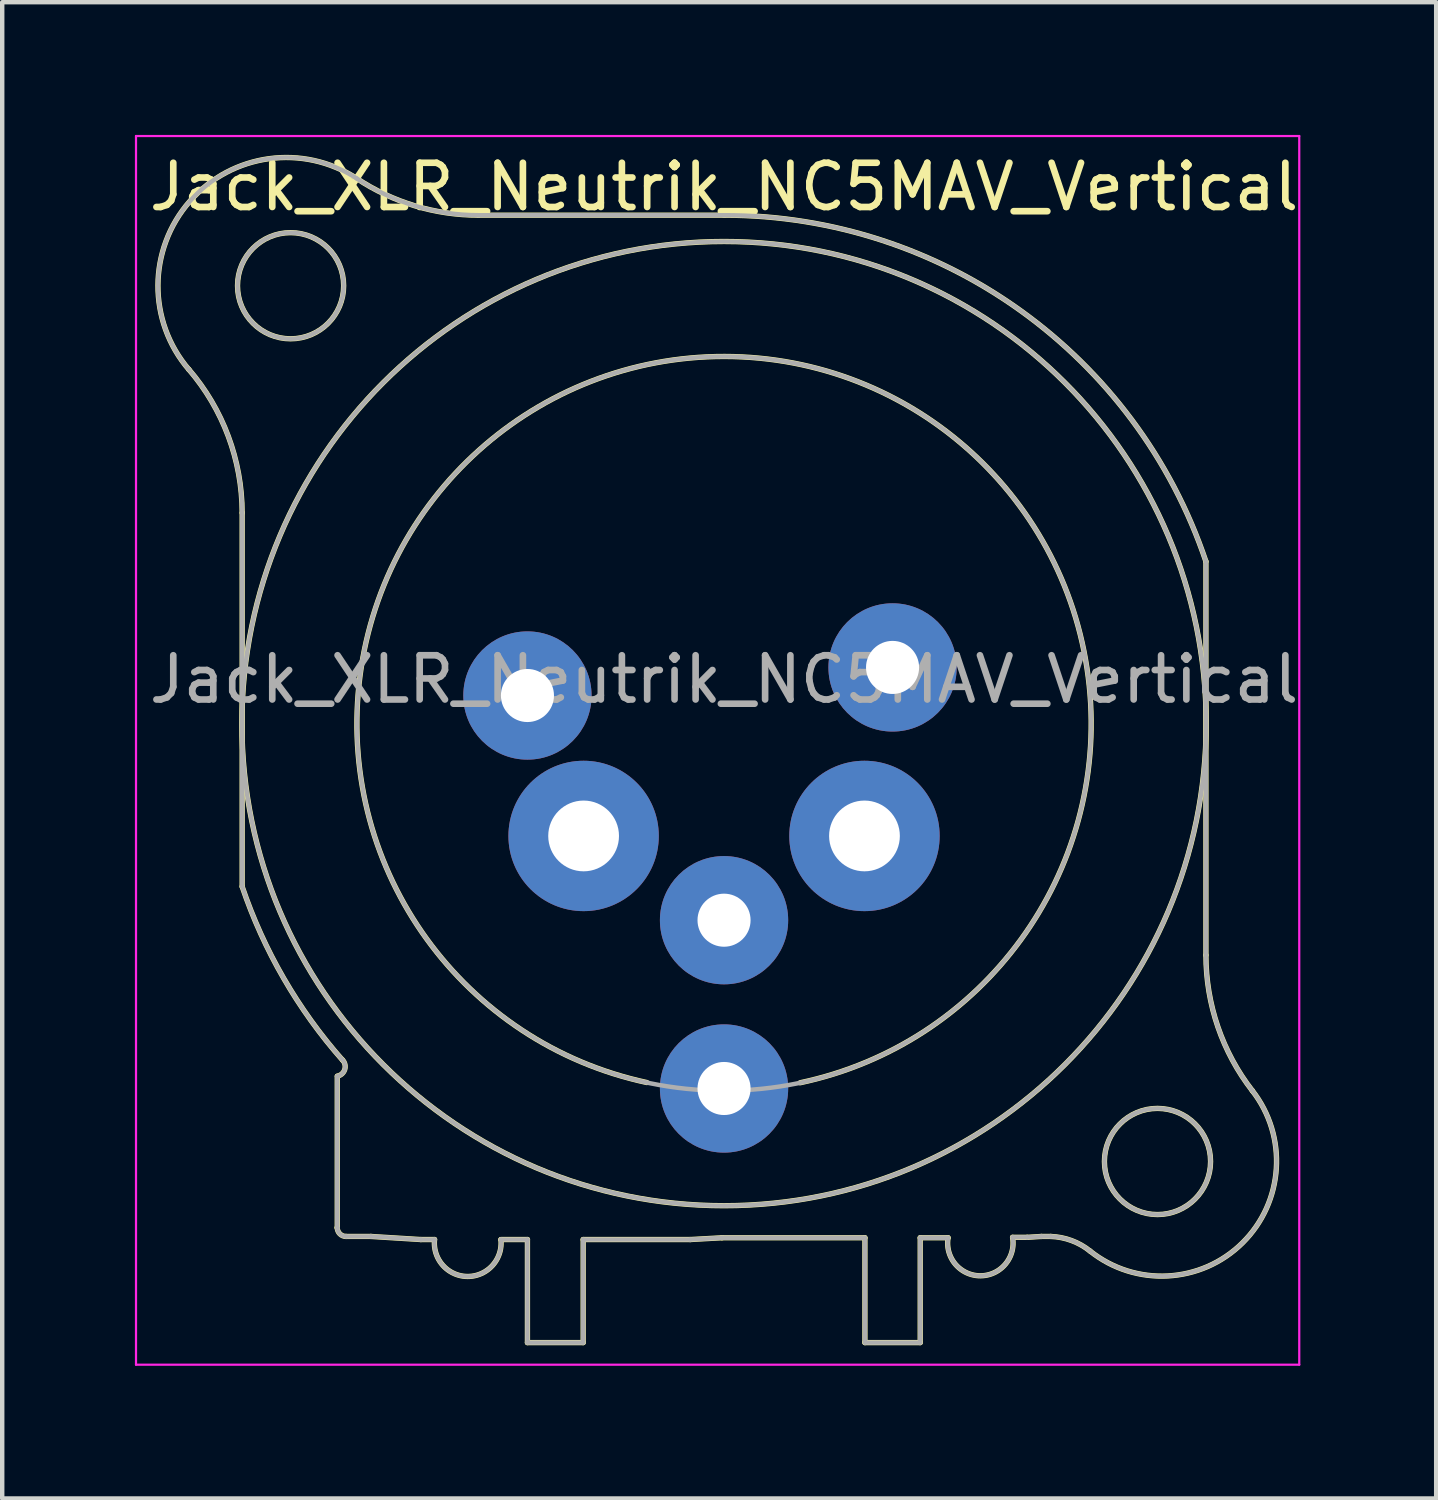
<source format=kicad_pcb>
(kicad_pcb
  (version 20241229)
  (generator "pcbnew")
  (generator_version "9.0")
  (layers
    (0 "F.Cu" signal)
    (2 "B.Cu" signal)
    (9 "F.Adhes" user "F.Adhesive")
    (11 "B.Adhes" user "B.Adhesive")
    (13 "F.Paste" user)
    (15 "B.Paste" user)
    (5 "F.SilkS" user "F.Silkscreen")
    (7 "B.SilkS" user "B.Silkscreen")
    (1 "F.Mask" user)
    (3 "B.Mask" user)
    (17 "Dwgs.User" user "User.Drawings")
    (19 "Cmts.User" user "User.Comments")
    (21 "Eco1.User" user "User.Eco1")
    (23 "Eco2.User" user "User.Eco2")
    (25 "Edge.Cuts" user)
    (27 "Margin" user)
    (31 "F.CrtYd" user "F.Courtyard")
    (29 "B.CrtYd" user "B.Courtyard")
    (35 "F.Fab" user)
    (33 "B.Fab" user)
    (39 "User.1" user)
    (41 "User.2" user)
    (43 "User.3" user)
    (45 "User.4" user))
  (footprint "Jack_XLR_Neutrik_NC5MAV_Vertical"
    (layer "F.Cu")
    (at 8.875 12.675)
    (property "Reference" "Jack_XLR_Neutrik_NC5MAV_Vertical" (at 4.445 -11.5 0) (layer "F.SilkS") (effects (font (size 1 1) (thickness 0.15))))
    (attr through_hole)
    (fp_line (start -6.45 4.32) (end -6.45 -4.13) (stroke (width 0.12) (type solid)) (layer "F.SilkS"))
    (fp_line (start -4.3 8.61) (end -4.3 12.03) (stroke (width 0.12) (type solid)) (layer "F.SilkS"))
    (fp_line (start -4.3 12.04) (end -4.3 12.03) (stroke (width 0.12) (type solid)) (layer "F.SilkS"))
    (fp_line (start -3.54 12.23) (end -4.1 12.23) (stroke (width 0.12) (type solid)) (layer "F.SilkS"))
    (fp_line (start -3.54 12.23) (end -2.41 12.3) (stroke (width 0.12) (type solid)) (layer "F.SilkS"))
    (fp_line (start -2.41 12.3) (end -2.1 12.3) (stroke (width 0.12) (type solid)) (layer "F.SilkS"))
    (fp_line (start -1.11 -10.86) (end 4.445 -10.86) (stroke (width 0.12) (type solid)) (layer "F.SilkS"))
    (fp_line (start -0.6 12.3) (end 0 12.3) (stroke (width 0.12) (type solid)) (layer "F.SilkS"))
    (fp_line (start 0 12.3) (end 0 14.63) (stroke (width 0.12) (type solid)) (layer "F.SilkS"))
    (fp_line (start 1.26 12.3) (end 1.26 14.63) (stroke (width 0.12) (type solid)) (layer "F.SilkS"))
    (fp_line (start 1.26 12.3) (end 3.68 12.3) (stroke (width 0.12) (type solid)) (layer "F.SilkS"))
    (fp_line (start 1.26 14.63) (end 0 14.63) (stroke (width 0.12) (type solid)) (layer "F.SilkS"))
    (fp_line (start 3.68 12.3) (end 4.4 12.26) (stroke (width 0.12) (type solid)) (layer "F.SilkS"))
    (fp_line (start 4.4 12.26) (end 7.63 12.26) (stroke (width 0.12) (type solid)) (layer "F.SilkS"))
    (fp_line (start 7.63 12.26) (end 7.63 14.63) (stroke (width 0.12) (type solid)) (layer "F.SilkS"))
    (fp_line (start 8.88 12.26) (end 8.88 14.63) (stroke (width 0.12) (type solid)) (layer "F.SilkS"))
    (fp_line (start 8.88 12.26) (end 9.51 12.26) (stroke (width 0.12) (type solid)) (layer "F.SilkS"))
    (fp_line (start 8.88 14.63) (end 7.63 14.63) (stroke (width 0.12) (type solid)) (layer "F.SilkS"))
    (fp_line (start 11.3 12.25) (end 10.97 12.25) (stroke (width 0.12) (type solid)) (layer "F.SilkS"))
    (fp_line (start 11.3 12.25) (end 11.62 12.23) (stroke (width 0.12) (type solid)) (layer "F.SilkS"))
    (fp_line (start 11.62 12.23) (end 11.83 12.23) (stroke (width 0.12) (type solid)) (layer "F.SilkS"))
    (fp_line (start 15.34 5.87) (end 15.34 -3.03) (stroke (width 0.12) (type solid)) (layer "F.SilkS"))
    (fp_arc (start -7.657744 -7.374956) (mid -6.763404 -5.860588) (end -6.45 -4.13) (stroke (width 0.12) (type solid)) (layer "F.SilkS"))
    (fp_arc (start -7.651513 -7.366237) (mid -7.633396 -11.174623) (end -3.86 -11.69) (stroke (width 0.12) (type solid)) (layer "F.SilkS"))
    (fp_arc (start -4.183989 8.238999) (mid -5.511715 6.392089) (end -6.45 4.32) (stroke (width 0.12) (type solid)) (layer "F.SilkS"))
    (fp_arc (start -4.18 8.24) (mid -4.131238 8.457218) (end -4.29758 8.605176) (stroke (width 0.12) (type solid)) (layer "F.SilkS"))
    (fp_arc (start -4.1 12.23) (mid -4.241421 12.171421) (end -4.3 12.03) (stroke (width 0.12) (type solid)) (layer "F.SilkS"))
    (fp_arc (start -1.109492 -10.859879) (mid -2.546037 -11.071859) (end -3.86 -11.69) (stroke (width 0.12) (type solid)) (layer "F.SilkS"))
    (fp_arc (start -0.599756 12.302318) (mid -1.351165 13.134254) (end -2.1 12.3) (stroke (width 0.12) (type solid)) (layer "F.SilkS"))
    (fp_arc (start 2.7 8.75) (mid 4.457421 -7.665488) (end 6.165706 8.755186) (stroke (width 0.12) (type solid)) (layer "F.SilkS"))
    (fp_arc (start 4.44649 -10.859923) (mid 11.153971 -8.698968) (end 15.34 -3.03) (stroke (width 0.12) (type solid)) (layer "F.SilkS"))
    (fp_arc (start 10.968412 12.250709) (mid 10.244713 13.119782) (end 9.51 12.26) (stroke (width 0.12) (type solid)) (layer "F.SilkS"))
    (fp_arc (start 11.83183 12.230062) (mid 12.302634 12.323105) (end 12.72 12.56) (stroke (width 0.12) (type solid)) (layer "F.SilkS"))
    (fp_arc (start 16.386345 8.930697) (mid 16.167129 12.375778) (end 12.72 12.56) (stroke (width 0.12) (type solid)) (layer "F.SilkS"))
    (fp_arc (start 16.392436 8.938671) (mid 15.610422 7.492064) (end 15.34 5.87) (stroke (width 0.12) (type solid)) (layer "F.SilkS"))
    (fp_circle (center -5.355 -9.265) (end -4.155 -9.265) (stroke (width 0.12) (type solid)) (fill no) (layer "F.SilkS"))
    (fp_circle (center 4.445 0.635) (end 15.345 0.635) (stroke (width 0.12) (type solid)) (fill no) (layer "F.SilkS"))
    (fp_circle (center 14.245 10.535) (end 15.445 10.535) (stroke (width 0.12) (type solid)) (fill no) (layer "F.SilkS"))
    (fp_line (start -8.85 -12.65) (end 17.45 -12.65) (stroke (width 0.05) (type solid)) (layer "F.CrtYd"))
    (fp_line (start -8.85 15.13) (end -8.85 -12.65) (stroke (width 0.05) (type solid)) (layer "F.CrtYd"))
    (fp_line (start 17.45 -12.65) (end 17.45 15.13) (stroke (width 0.05) (type solid)) (layer "F.CrtYd"))
    (fp_line (start 17.45 15.13) (end -8.85 15.13) (stroke (width 0.05) (type solid)) (layer "F.CrtYd"))
    (fp_line (start -6.45 4.32) (end -6.45 -4.13) (stroke (width 0.1) (type solid)) (layer "F.Fab"))
    (fp_line (start -4.3 8.61) (end -4.3 12.03) (stroke (width 0.1) (type solid)) (layer "F.Fab"))
    (fp_line (start -4.3 12.04) (end -4.3 12.03) (stroke (width 0.1) (type solid)) (layer "F.Fab"))
    (fp_line (start -3.54 12.23) (end -4.1 12.23) (stroke (width 0.1) (type solid)) (layer "F.Fab"))
    (fp_line (start -3.54 12.23) (end -2.41 12.3) (stroke (width 0.1) (type solid)) (layer "F.Fab"))
    (fp_line (start -2.41 12.3) (end -2.1 12.3) (stroke (width 0.1) (type solid)) (layer "F.Fab"))
    (fp_line (start -1.11 -10.86) (end 4.445 -10.86) (stroke (width 0.1) (type solid)) (layer "F.Fab"))
    (fp_line (start -0.6 12.3) (end 0 12.3) (stroke (width 0.1) (type solid)) (layer "F.Fab"))
    (fp_line (start 0 12.3) (end 0 14.63) (stroke (width 0.1) (type solid)) (layer "F.Fab"))
    (fp_line (start 1.26 12.3) (end 1.26 14.63) (stroke (width 0.1) (type solid)) (layer "F.Fab"))
    (fp_line (start 1.26 12.3) (end 3.68 12.3) (stroke (width 0.1) (type solid)) (layer "F.Fab"))
    (fp_line (start 1.26 14.63) (end 0 14.63) (stroke (width 0.1) (type solid)) (layer "F.Fab"))
    (fp_line (start 3.68 12.3) (end 4.4 12.26) (stroke (width 0.1) (type solid)) (layer "F.Fab"))
    (fp_line (start 4.4 12.26) (end 7.63 12.26) (stroke (width 0.1) (type solid)) (layer "F.Fab"))
    (fp_line (start 7.63 12.26) (end 7.63 14.63) (stroke (width 0.1) (type solid)) (layer "F.Fab"))
    (fp_line (start 8.88 12.26) (end 8.88 14.63) (stroke (width 0.1) (type solid)) (layer "F.Fab"))
    (fp_line (start 8.88 12.26) (end 9.51 12.26) (stroke (width 0.1) (type solid)) (layer "F.Fab"))
    (fp_line (start 8.88 14.63) (end 7.63 14.63) (stroke (width 0.1) (type solid)) (layer "F.Fab"))
    (fp_line (start 11.3 12.25) (end 10.97 12.25) (stroke (width 0.1) (type solid)) (layer "F.Fab"))
    (fp_line (start 11.3 12.25) (end 11.62 12.23) (stroke (width 0.1) (type solid)) (layer "F.Fab"))
    (fp_line (start 11.62 12.23) (end 11.83 12.23) (stroke (width 0.1) (type solid)) (layer "F.Fab"))
    (fp_line (start 15.34 5.87) (end 15.34 -3.03) (stroke (width 0.1) (type solid)) (layer "F.Fab"))
    (fp_arc (start -7.657744 -7.374956) (mid -6.763404 -5.860588) (end -6.45 -4.13) (stroke (width 0.1) (type solid)) (layer "F.Fab"))
    (fp_arc (start -7.651513 -7.366237) (mid -7.633396 -11.174623) (end -3.86 -11.69) (stroke (width 0.1) (type solid)) (layer "F.Fab"))
    (fp_arc (start -4.183989 8.238999) (mid -5.511715 6.392089) (end -6.45 4.32) (stroke (width 0.1) (type solid)) (layer "F.Fab"))
    (fp_arc (start -4.18 8.24) (mid -4.131238 8.457218) (end -4.29758 8.605176) (stroke (width 0.1) (type solid)) (layer "F.Fab"))
    (fp_arc (start -4.1 12.23) (mid -4.241421 12.171421) (end -4.3 12.03) (stroke (width 0.1) (type solid)) (layer "F.Fab"))
    (fp_arc (start -1.109492 -10.859879) (mid -2.546037 -11.071859) (end -3.86 -11.69) (stroke (width 0.1) (type solid)) (layer "F.Fab"))
    (fp_arc (start -0.599756 12.302318) (mid -1.351165 13.134254) (end -2.1 12.3) (stroke (width 0.1) (type solid)) (layer "F.Fab"))
    (fp_arc (start 4.44649 -10.859923) (mid 11.153971 -8.698968) (end 15.34 -3.03) (stroke (width 0.1) (type solid)) (layer "F.Fab"))
    (fp_arc (start 10.968412 12.250709) (mid 10.244713 13.119782) (end 9.51 12.26) (stroke (width 0.1) (type solid)) (layer "F.Fab"))
    (fp_arc (start 11.83183 12.230062) (mid 12.302634 12.323105) (end 12.72 12.56) (stroke (width 0.1) (type solid)) (layer "F.Fab"))
    (fp_arc (start 16.386345 8.930697) (mid 16.167129 12.375778) (end 12.72 12.56) (stroke (width 0.1) (type solid)) (layer "F.Fab"))
    (fp_arc (start 16.392436 8.938671) (mid 15.610422 7.492064) (end 15.34 5.87) (stroke (width 0.1) (type solid)) (layer "F.Fab"))
    (fp_circle (center -5.355 -9.265) (end -4.155 -9.265) (stroke (width 0.1) (type solid)) (fill no) (layer "F.Fab"))
    (fp_circle (center 4.445 0.635) (end 12.745 0.635) (stroke (width 0.1) (type solid)) (fill no) (layer "F.Fab"))
    (fp_circle (center 4.445 0.635) (end 15.345 0.635) (stroke (width 0.1) (type solid)) (fill no) (layer "F.Fab"))
    (fp_circle (center 14.245 10.535) (end 15.445 10.535) (stroke (width 0.1) (type solid)) (fill no) (layer "F.Fab"))
    (fp_text user "${REFERENCE}" (at 4.445 -0.365 0) (layer "F.Fab") (effects (font (size 1 1) (thickness 0.15))))
    (pad "1" thru_hole circle (at 0 0) (size 2.9 2.9) (drill 1.2) (layers "*.Cu" "*.Mask"))
    (pad "2" thru_hole circle (at 1.27 3.175) (size 3.4 3.4) (drill 1.6) (layers "*.Cu" "*.Mask"))
    (pad "3" thru_hole circle (at 4.445 5.08) (size 2.9 2.9) (drill 1.2) (layers "*.Cu" "*.Mask"))
    (pad "4" thru_hole circle (at 7.62 3.175) (size 3.4 3.4) (drill 1.6) (layers "*.Cu" "*.Mask"))
    (pad "5" thru_hole circle (at 8.255 -0.635) (size 2.9 2.9) (drill 1.2) (layers "*.Cu" "*.Mask"))
    (pad "G" thru_hole circle (at 4.445 8.885) (size 2.9 2.9) (drill 1.2) (layers "*.Cu" "*.Mask")))
  (gr_rect
    (start -3 -3)
    (end 29.421 30.83)
    (stroke (width 0.1) (type default))
    (fill no)
    (layer "Edge.Cuts")))
</source>
